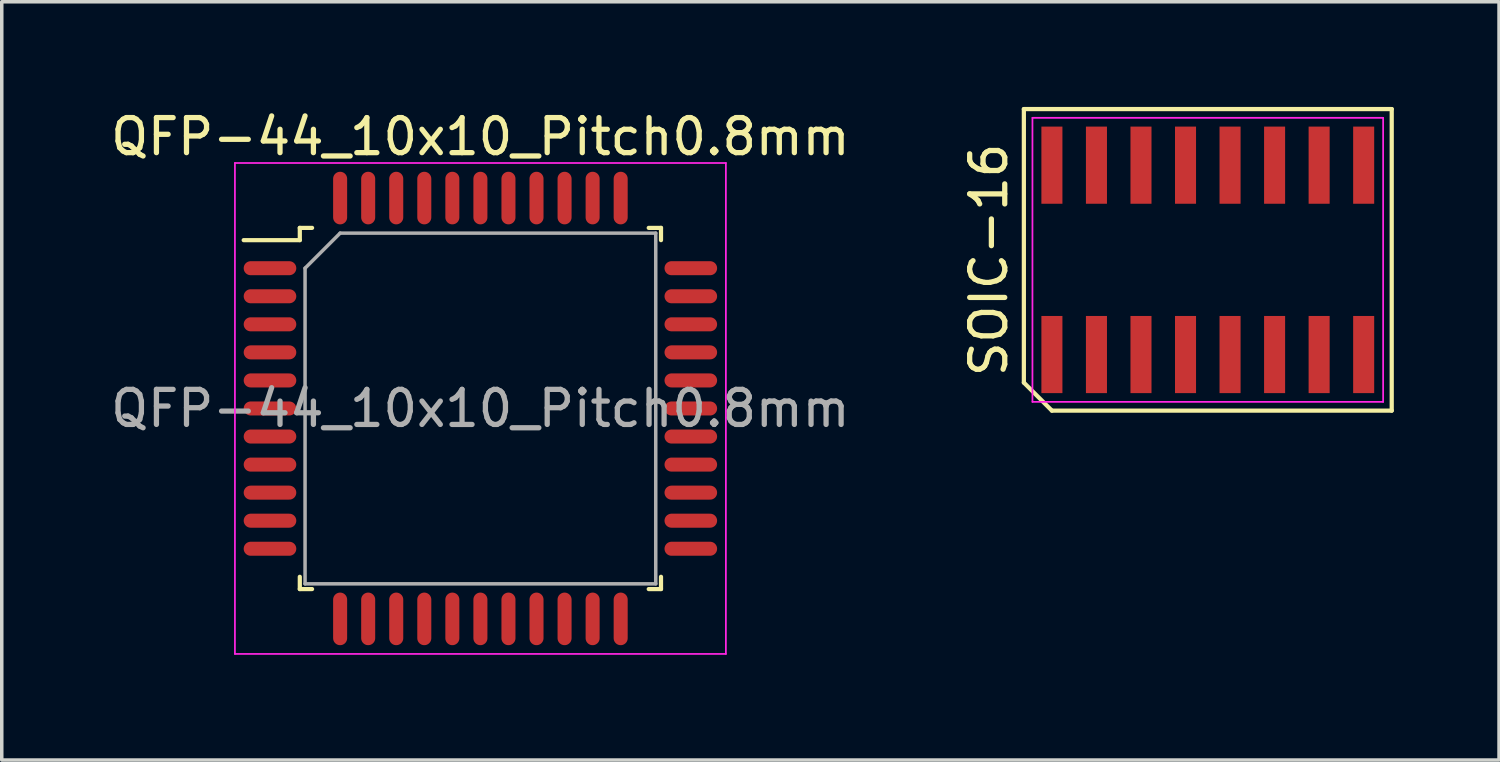
<source format=kicad_pcb>
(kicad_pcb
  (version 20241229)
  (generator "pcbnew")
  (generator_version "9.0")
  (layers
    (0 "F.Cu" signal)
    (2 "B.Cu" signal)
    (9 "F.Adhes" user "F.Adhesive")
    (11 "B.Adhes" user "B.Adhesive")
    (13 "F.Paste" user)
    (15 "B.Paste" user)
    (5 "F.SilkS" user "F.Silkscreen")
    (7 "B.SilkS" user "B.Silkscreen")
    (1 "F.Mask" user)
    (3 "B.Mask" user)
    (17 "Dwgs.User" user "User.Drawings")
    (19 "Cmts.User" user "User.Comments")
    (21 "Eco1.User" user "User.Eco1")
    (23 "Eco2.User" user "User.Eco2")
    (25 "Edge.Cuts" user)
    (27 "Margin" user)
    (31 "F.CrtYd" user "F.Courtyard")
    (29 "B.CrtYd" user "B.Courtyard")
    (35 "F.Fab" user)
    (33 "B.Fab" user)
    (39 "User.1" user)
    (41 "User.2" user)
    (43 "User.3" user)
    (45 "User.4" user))
  (footprint "SOIC-16"
    (layer "F.Cu")
    (at 31.391 4.36)
    (property "Reference" "SOIC-16" (at -6.245 0 90) (unlocked yes) (layer "F.SilkS") (effects (font (size 1 1) (thickness 0.15))))
    (attr smd)
    (fp_line (start -5.245 -4.3) (end 5.245 -4.3) (stroke (width 0.12) (type default)) (layer "F.SilkS"))
    (fp_line (start -5.245 3.5) (end -5.245 -4.3) (stroke (width 0.12) (type default)) (layer "F.SilkS"))
    (fp_line (start -4.445 4.3) (end -5.245 3.5) (stroke (width 0.12) (type default)) (layer "F.SilkS"))
    (fp_line (start 5.245 -4.3) (end 5.245 4.3) (stroke (width 0.12) (type default)) (layer "F.SilkS"))
    (fp_line (start 5.245 4.3) (end -4.445 4.3) (stroke (width 0.12) (type default)) (layer "F.SilkS"))
    (fp_line (start -5 -4.05) (end 5 -4.05) (stroke (width 0.05) (type default)) (layer "F.CrtYd"))
    (fp_line (start -5 4.05) (end -5 -4.05) (stroke (width 0.05) (type default)) (layer "F.CrtYd"))
    (fp_line (start 5 -4.05) (end 5 4.05) (stroke (width 0.05) (type default)) (layer "F.CrtYd"))
    (fp_line (start 5 4.05) (end -5 4.05) (stroke (width 0.05) (type default)) (layer "F.CrtYd"))
    (pad "1" smd rect (at -4.445 2.7) (size 0.6 2.2) (layers "F.Cu" "F.Mask" "F.Paste"))
    (pad "2" smd rect (at -3.175 2.7) (size 0.6 2.2) (layers "F.Cu" "F.Mask" "F.Paste"))
    (pad "3" smd rect (at -1.905 2.7) (size 0.6 2.2) (layers "F.Cu" "F.Mask" "F.Paste"))
    (pad "4" smd rect (at -0.635 2.7) (size 0.6 2.2) (layers "F.Cu" "F.Mask" "F.Paste"))
    (pad "5" smd rect (at 0.635 2.7) (size 0.6 2.2) (layers "F.Cu" "F.Mask" "F.Paste"))
    (pad "6" smd rect (at 1.905 2.7) (size 0.6 2.2) (layers "F.Cu" "F.Mask" "F.Paste"))
    (pad "7" smd rect (at 3.175 2.7) (size 0.6 2.2) (layers "F.Cu" "F.Mask" "F.Paste"))
    (pad "8" smd rect (at 4.445 2.7) (size 0.6 2.2) (layers "F.Cu" "F.Mask" "F.Paste"))
    (pad "9" smd rect (at 4.445 -2.7) (size 0.6 2.2) (layers "F.Cu" "F.Mask" "F.Paste"))
    (pad "10" smd rect (at 3.175 -2.7) (size 0.6 2.2) (layers "F.Cu" "F.Mask" "F.Paste"))
    (pad "11" smd rect (at 1.905 -2.7) (size 0.6 2.2) (layers "F.Cu" "F.Mask" "F.Paste"))
    (pad "12" smd rect (at 0.635 -2.7) (size 0.6 2.2) (layers "F.Cu" "F.Mask" "F.Paste"))
    (pad "13" smd rect (at -0.635 -2.7) (size 0.6 2.2) (layers "F.Cu" "F.Mask" "F.Paste"))
    (pad "14" smd rect (at -1.905 -2.7) (size 0.6 2.2) (layers "F.Cu" "F.Mask" "F.Paste"))
    (pad "15" smd rect (at -3.175 -2.7) (size 0.6 2.2) (layers "F.Cu" "F.Mask" "F.Paste"))
    (pad "16" smd rect (at -4.445 -2.7) (size 0.6 2.2) (layers "F.Cu" "F.Mask" "F.Paste")))
  (footprint "QFP-44_10x10_Pitch0.8mm"
    (layer "F.Cu")
    (at 10.649 8.598)
    (property "Reference" "QFP-44_10x10_Pitch0.8mm" (at 0 -7.75 0) (unlocked yes) (layer "F.SilkS") (effects (font (size 1 1) (thickness 0.15))))
    (attr smd)
    (fp_line (start -5.15 -5.15) (end -5.15 -4.8) (stroke (width 0.12) (type default)) (layer "F.SilkS"))
    (fp_line (start -5.15 -4.8) (end -6.75 -4.8) (stroke (width 0.12) (type default)) (layer "F.SilkS"))
    (fp_line (start -5.15 5.15) (end -5.15 4.8) (stroke (width 0.12) (type default)) (layer "F.SilkS"))
    (fp_line (start -4.8 -5.15) (end -5.15 -5.15) (stroke (width 0.12) (type default)) (layer "F.SilkS"))
    (fp_line (start -4.8 5.15) (end -5.15 5.15) (stroke (width 0.12) (type default)) (layer "F.SilkS"))
    (fp_line (start 4.8 -5.15) (end 5.15 -5.15) (stroke (width 0.12) (type default)) (layer "F.SilkS"))
    (fp_line (start 4.8 5.15) (end 5.15 5.15) (stroke (width 0.12) (type default)) (layer "F.SilkS"))
    (fp_line (start 5.15 -5.15) (end 5.15 -4.8) (stroke (width 0.12) (type default)) (layer "F.SilkS"))
    (fp_line (start 5.15 5.15) (end 5.15 4.8) (stroke (width 0.12) (type default)) (layer "F.SilkS"))
    (fp_line (start -7 -7) (end 7 -7) (stroke (width 0.05) (type default)) (layer "F.CrtYd"))
    (fp_line (start -7 7) (end -7 -7) (stroke (width 0.05) (type default)) (layer "F.CrtYd"))
    (fp_line (start 7 -7) (end 7 7) (stroke (width 0.05) (type default)) (layer "F.CrtYd"))
    (fp_line (start 7 7) (end -7 7) (stroke (width 0.05) (type default)) (layer "F.CrtYd"))
    (fp_line (start -5 -4) (end -5 5) (stroke (width 0.1) (type default)) (layer "F.Fab"))
    (fp_line (start -5 5) (end 5 5) (stroke (width 0.1) (type default)) (layer "F.Fab"))
    (fp_line (start -4 -5) (end -5 -4) (stroke (width 0.1) (type default)) (layer "F.Fab"))
    (fp_line (start 5 -5) (end -4 -5) (stroke (width 0.1) (type default)) (layer "F.Fab"))
    (fp_line (start 5 5) (end 5 -5) (stroke (width 0.1) (type default)) (layer "F.Fab"))
    (fp_text user "${REFERENCE}" (at 0 0 0) (layer "F.Fab") (effects (font (size 1 1) (thickness 0.15))))
    (pad "1" smd oval (at -6 -4 90) (size 0.4 1.5) (layers "F.Cu" "F.Mask" "F.Paste"))
    (pad "2" smd oval (at -6 -3.2 90) (size 0.4 1.5) (layers "F.Cu" "F.Mask" "F.Paste"))
    (pad "3" smd oval (at -6 -2.4 90) (size 0.4 1.5) (layers "F.Cu" "F.Mask" "F.Paste"))
    (pad "4" smd oval (at -6 -1.6 90) (size 0.4 1.5) (layers "F.Cu" "F.Mask" "F.Paste"))
    (pad "5" smd oval (at -6 -0.8 90) (size 0.4 1.5) (layers "F.Cu" "F.Mask" "F.Paste"))
    (pad "6" smd oval (at -6 0 90) (size 0.4 1.5) (layers "F.Cu" "F.Mask" "F.Paste"))
    (pad "7" smd oval (at -6 0.8 90) (size 0.4 1.5) (layers "F.Cu" "F.Mask" "F.Paste"))
    (pad "8" smd oval (at -6 1.6 90) (size 0.4 1.5) (layers "F.Cu" "F.Mask" "F.Paste"))
    (pad "9" smd oval (at -6 2.4 90) (size 0.4 1.5) (layers "F.Cu" "F.Mask" "F.Paste"))
    (pad "10" smd oval (at -6 3.2 90) (size 0.4 1.5) (layers "F.Cu" "F.Mask" "F.Paste"))
    (pad "11" smd oval (at -6 4 90) (size 0.4 1.5) (layers "F.Cu" "F.Mask" "F.Paste"))
    (pad "12" smd oval (at -4 6) (size 0.4 1.5) (layers "F.Cu" "F.Mask" "F.Paste"))
    (pad "13" smd oval (at -3.2 6) (size 0.4 1.5) (layers "F.Cu" "F.Mask" "F.Paste"))
    (pad "14" smd oval (at -2.4 6) (size 0.4 1.5) (layers "F.Cu" "F.Mask" "F.Paste"))
    (pad "15" smd oval (at -1.6 6) (size 0.4 1.5) (layers "F.Cu" "F.Mask" "F.Paste"))
    (pad "16" smd oval (at -0.8 6) (size 0.4 1.5) (layers "F.Cu" "F.Mask" "F.Paste"))
    (pad "17" smd oval (at 0 6) (size 0.4 1.5) (layers "F.Cu" "F.Mask" "F.Paste"))
    (pad "18" smd oval (at 0.8 6) (size 0.4 1.5) (layers "F.Cu" "F.Mask" "F.Paste"))
    (pad "19" smd oval (at 1.6 6) (size 0.4 1.5) (layers "F.Cu" "F.Mask" "F.Paste"))
    (pad "20" smd oval (at 2.4 6) (size 0.4 1.5) (layers "F.Cu" "F.Mask" "F.Paste"))
    (pad "21" smd oval (at 3.2 6) (size 0.4 1.5) (layers "F.Cu" "F.Mask" "F.Paste"))
    (pad "22" smd oval (at 4 6) (size 0.4 1.5) (layers "F.Cu" "F.Mask" "F.Paste"))
    (pad "23" smd oval (at 6 4 90) (size 0.4 1.5) (layers "F.Cu" "F.Mask" "F.Paste"))
    (pad "24" smd oval (at 6 3.2 90) (size 0.4 1.5) (layers "F.Cu" "F.Mask" "F.Paste"))
    (pad "25" smd oval (at 6 2.4 90) (size 0.4 1.5) (layers "F.Cu" "F.Mask" "F.Paste"))
    (pad "26" smd oval (at 6 1.6 90) (size 0.4 1.5) (layers "F.Cu" "F.Mask" "F.Paste"))
    (pad "27" smd oval (at 6 0.8 90) (size 0.4 1.5) (layers "F.Cu" "F.Mask" "F.Paste"))
    (pad "28" smd oval (at 6 0 90) (size 0.4 1.5) (layers "F.Cu" "F.Mask" "F.Paste"))
    (pad "29" smd oval (at 6 -0.8 90) (size 0.4 1.5) (layers "F.Cu" "F.Mask" "F.Paste"))
    (pad "30" smd oval (at 6 -1.6 90) (size 0.4 1.5) (layers "F.Cu" "F.Mask" "F.Paste"))
    (pad "31" smd oval (at 6 -2.4 90) (size 0.4 1.5) (layers "F.Cu" "F.Mask" "F.Paste"))
    (pad "32" smd oval (at 6 -3.2 90) (size 0.4 1.5) (layers "F.Cu" "F.Mask" "F.Paste"))
    (pad "33" smd oval (at 6 -4 90) (size 0.4 1.5) (layers "F.Cu" "F.Mask" "F.Paste"))
    (pad "34" smd oval (at 4 -6) (size 0.4 1.5) (layers "F.Cu" "F.Mask" "F.Paste"))
    (pad "35" smd oval (at 3.2 -6) (size 0.4 1.5) (layers "F.Cu" "F.Mask" "F.Paste"))
    (pad "36" smd oval (at 2.4 -6) (size 0.4 1.5) (layers "F.Cu" "F.Mask" "F.Paste"))
    (pad "37" smd oval (at 1.6 -6) (size 0.4 1.5) (layers "F.Cu" "F.Mask" "F.Paste"))
    (pad "38" smd oval (at 0.8 -6) (size 0.4 1.5) (layers "F.Cu" "F.Mask" "F.Paste"))
    (pad "39" smd oval (at 0 -6) (size 0.4 1.5) (layers "F.Cu" "F.Mask" "F.Paste"))
    (pad "40" smd oval (at -0.8 -6) (size 0.4 1.5) (layers "F.Cu" "F.Mask" "F.Paste"))
    (pad "41" smd oval (at -1.6 -6) (size 0.4 1.5) (layers "F.Cu" "F.Mask" "F.Paste"))
    (pad "42" smd oval (at -2.4 -6) (size 0.4 1.5) (layers "F.Cu" "F.Mask" "F.Paste"))
    (pad "43" smd oval (at -3.2 -6) (size 0.4 1.5) (layers "F.Cu" "F.Mask" "F.Paste"))
    (pad "44" smd oval (at -4 -6) (size 0.4 1.5) (layers "F.Cu" "F.Mask" "F.Paste")))
  (gr_rect
    (start -3 -3)
    (end 39.696 18.623)
    (stroke (width 0.1) (type default))
    (fill no)
    (layer "Edge.Cuts")))
</source>
